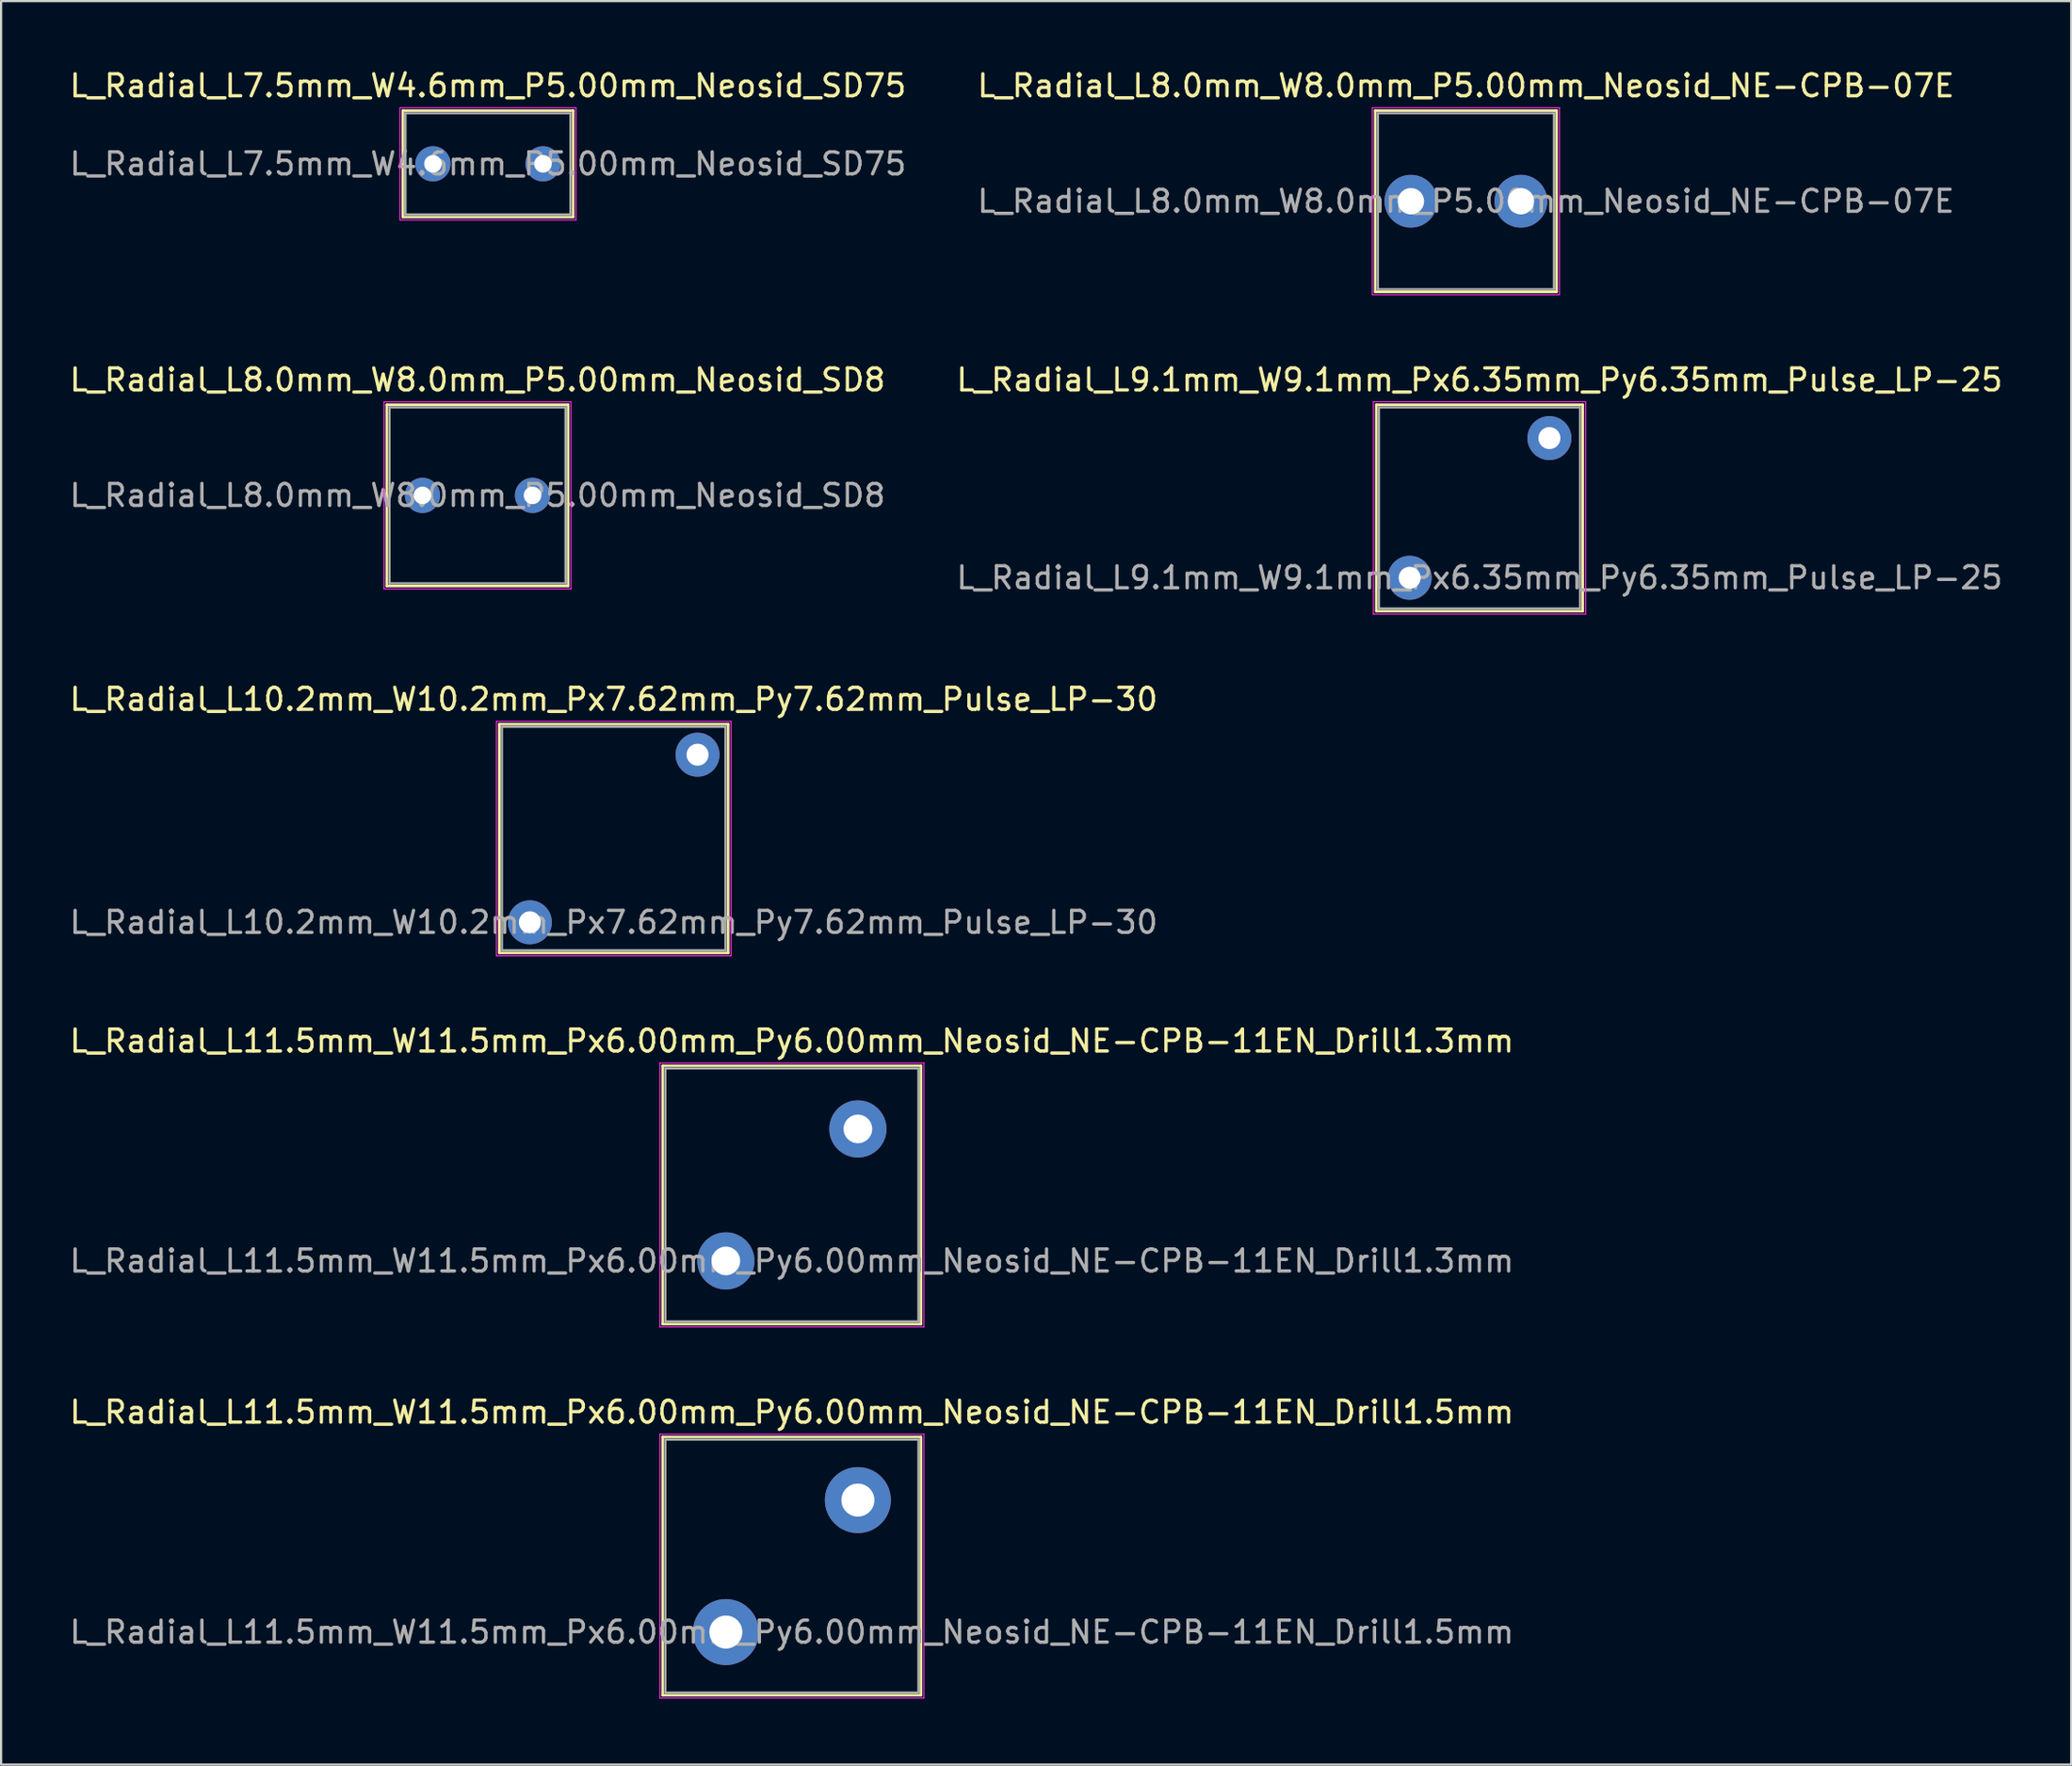
<source format=kicad_pcb>
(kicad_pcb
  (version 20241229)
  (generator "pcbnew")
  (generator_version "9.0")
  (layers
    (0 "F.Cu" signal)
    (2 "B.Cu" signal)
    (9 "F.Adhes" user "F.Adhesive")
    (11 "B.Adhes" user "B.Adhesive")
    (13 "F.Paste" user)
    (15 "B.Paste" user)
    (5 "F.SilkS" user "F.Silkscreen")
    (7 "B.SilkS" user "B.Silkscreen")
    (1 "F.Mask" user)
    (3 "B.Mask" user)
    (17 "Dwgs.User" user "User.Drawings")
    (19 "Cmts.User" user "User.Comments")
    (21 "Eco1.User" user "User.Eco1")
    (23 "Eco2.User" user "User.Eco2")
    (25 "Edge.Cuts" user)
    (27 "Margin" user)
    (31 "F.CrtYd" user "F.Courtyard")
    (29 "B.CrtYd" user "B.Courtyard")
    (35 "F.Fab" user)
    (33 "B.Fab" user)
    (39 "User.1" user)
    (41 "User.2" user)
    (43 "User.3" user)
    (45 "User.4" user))
  (footprint "L_Radial_L10.2mm_W10.2mm_Px7.62mm_Py7.62mm_Pulse_LP-30"
    (layer "F.Cu")
    (at 21.029 38.88)
    (property "Reference" "L_Radial_L10.2mm_W10.2mm_Px7.62mm_Py7.62mm_Pulse_LP-30" (at 3.81 -10.14 0) (layer "F.SilkS") (effects (font (size 1 1) (thickness 0.15))))
    (attr through_hole)
    (fp_line (start -1.39 -9.01) (end -1.39 1.39) (stroke (width 0.12) (type solid)) (layer "F.SilkS"))
    (fp_line (start -1.39 -9.01) (end 9.01 -9.01) (stroke (width 0.12) (type solid)) (layer "F.SilkS"))
    (fp_line (start -1.39 1.39) (end 9.01 1.39) (stroke (width 0.12) (type solid)) (layer "F.SilkS"))
    (fp_line (start 9.01 -9.01) (end 9.01 1.39) (stroke (width 0.12) (type solid)) (layer "F.SilkS"))
    (fp_line (start -1.52 -9.14) (end -1.52 1.52) (stroke (width 0.05) (type solid)) (layer "F.CrtYd"))
    (fp_line (start -1.52 1.52) (end 9.14 1.52) (stroke (width 0.05) (type solid)) (layer "F.CrtYd"))
    (fp_line (start 9.14 -9.14) (end -1.52 -9.14) (stroke (width 0.05) (type solid)) (layer "F.CrtYd"))
    (fp_line (start 9.14 1.52) (end 9.14 -9.14) (stroke (width 0.05) (type solid)) (layer "F.CrtYd"))
    (fp_line (start -1.27 -8.89) (end -1.27 1.27) (stroke (width 0.1) (type solid)) (layer "F.Fab"))
    (fp_line (start -1.27 1.27) (end 8.89 1.27) (stroke (width 0.1) (type solid)) (layer "F.Fab"))
    (fp_line (start 8.89 -8.89) (end -1.27 -8.89) (stroke (width 0.1) (type solid)) (layer "F.Fab"))
    (fp_line (start 8.89 1.27) (end 8.89 -8.89) (stroke (width 0.1) (type solid)) (layer "F.Fab"))
    (fp_text user "${REFERENCE}" (at 3.81 0 0) (layer "F.Fab") (effects (font (size 1 1) (thickness 0.15))))
    (pad "1" thru_hole circle (at 0 0) (size 2 2) (drill 1) (layers "*.Cu" "*.Mask"))
    (pad "2" thru_hole circle (at 7.62 -7.62) (size 2 2) (drill 1) (layers "*.Cu" "*.Mask")))
  (footprint "L_Radial_L9.1mm_W9.1mm_Px6.35mm_Py6.35mm_Pulse_LP-25"
    (layer "F.Cu")
    (at 61.01 23.216)
    (property "Reference" "L_Radial_L9.1mm_W9.1mm_Px6.35mm_Py6.35mm_Pulse_LP-25" (at 3.175 -8.995 0) (layer "F.SilkS") (effects (font (size 1 1) (thickness 0.15))))
    (attr through_hole)
    (fp_line (start -1.515 -7.865) (end -1.515 1.515) (stroke (width 0.12) (type solid)) (layer "F.SilkS"))
    (fp_line (start -1.515 -7.865) (end 7.865 -7.865) (stroke (width 0.12) (type solid)) (layer "F.SilkS"))
    (fp_line (start -1.515 1.515) (end 7.865 1.515) (stroke (width 0.12) (type solid)) (layer "F.SilkS"))
    (fp_line (start 7.865 -7.865) (end 7.865 1.515) (stroke (width 0.12) (type solid)) (layer "F.SilkS"))
    (fp_line (start -1.65 -8) (end -1.65 1.65) (stroke (width 0.05) (type solid)) (layer "F.CrtYd"))
    (fp_line (start -1.65 1.65) (end 8 1.65) (stroke (width 0.05) (type solid)) (layer "F.CrtYd"))
    (fp_line (start 8 -8) (end -1.65 -8) (stroke (width 0.05) (type solid)) (layer "F.CrtYd"))
    (fp_line (start 8 1.65) (end 8 -8) (stroke (width 0.05) (type solid)) (layer "F.CrtYd"))
    (fp_line (start -1.395 -7.745) (end -1.395 1.395) (stroke (width 0.1) (type solid)) (layer "F.Fab"))
    (fp_line (start -1.395 1.395) (end 7.745 1.395) (stroke (width 0.1) (type solid)) (layer "F.Fab"))
    (fp_line (start 7.745 -7.745) (end -1.395 -7.745) (stroke (width 0.1) (type solid)) (layer "F.Fab"))
    (fp_line (start 7.745 1.395) (end 7.745 -7.745) (stroke (width 0.1) (type solid)) (layer "F.Fab"))
    (fp_text user "${REFERENCE}" (at 3.175 0 0) (layer "F.Fab") (effects (font (size 1 1) (thickness 0.15))))
    (pad "1" thru_hole circle (at 0 0) (size 2 2) (drill 1) (layers "*.Cu" "*.Mask"))
    (pad "2" thru_hole circle (at 6.35 -6.35) (size 2 2) (drill 1) (layers "*.Cu" "*.Mask")))
  (footprint "L_Radial_L11.5mm_W11.5mm_Px6.00mm_Py6.00mm_Neosid_NE-CPB-11EN_Drill1.5mm"
    (layer "F.Cu")
    (at 29.935 71.146)
    (property "Reference" "L_Radial_L11.5mm_W11.5mm_Px6.00mm_Py6.00mm_Neosid_NE-CPB-11EN_Drill1.5mm" (at 3 -10 0) (layer "F.SilkS") (effects (font (size 1 1) (thickness 0.15))))
    (attr through_hole)
    (fp_line (start -2.87 -8.87) (end -2.87 2.87) (stroke (width 0.12) (type solid)) (layer "F.SilkS"))
    (fp_line (start -2.87 -8.87) (end 8.87 -8.87) (stroke (width 0.12) (type solid)) (layer "F.SilkS"))
    (fp_line (start -2.87 2.87) (end 8.87 2.87) (stroke (width 0.12) (type solid)) (layer "F.SilkS"))
    (fp_line (start 8.87 -8.87) (end 8.87 2.87) (stroke (width 0.12) (type solid)) (layer "F.SilkS"))
    (fp_line (start -3 -9) (end -3 3) (stroke (width 0.05) (type solid)) (layer "F.CrtYd"))
    (fp_line (start -3 3) (end 9 3) (stroke (width 0.05) (type solid)) (layer "F.CrtYd"))
    (fp_line (start 9 -9) (end -3 -9) (stroke (width 0.05) (type solid)) (layer "F.CrtYd"))
    (fp_line (start 9 3) (end 9 -9) (stroke (width 0.05) (type solid)) (layer "F.CrtYd"))
    (fp_line (start -2.75 -8.75) (end -2.75 2.75) (stroke (width 0.1) (type solid)) (layer "F.Fab"))
    (fp_line (start -2.75 2.75) (end 8.75 2.75) (stroke (width 0.1) (type solid)) (layer "F.Fab"))
    (fp_line (start 8.75 -8.75) (end -2.75 -8.75) (stroke (width 0.1) (type solid)) (layer "F.Fab"))
    (fp_line (start 8.75 2.75) (end 8.75 -8.75) (stroke (width 0.1) (type solid)) (layer "F.Fab"))
    (fp_text user "${REFERENCE}" (at 3 0 0) (layer "F.Fab") (effects (font (size 1 1) (thickness 0.15))))
    (pad "1" thru_hole circle (at 0 0) (size 3 3) (drill 1.5) (layers "*.Cu" "*.Mask"))
    (pad "2" thru_hole circle (at 6 -6) (size 3 3) (drill 1.5) (layers "*.Cu" "*.Mask")))
  (footprint "L_Radial_L8.0mm_W8.0mm_P5.00mm_Neosid_SD8"
    (layer "F.Cu")
    (at 16.149 19.471)
    (property "Reference" "L_Radial_L8.0mm_W8.0mm_P5.00mm_Neosid_SD8" (at 2.5 -5.25 0) (layer "F.SilkS") (effects (font (size 1 1) (thickness 0.15))))
    (attr through_hole)
    (fp_line (start -1.62 -4.12) (end -1.62 4.12) (stroke (width 0.12) (type solid)) (layer "F.SilkS"))
    (fp_line (start -1.62 -4.12) (end 6.62 -4.12) (stroke (width 0.12) (type solid)) (layer "F.SilkS"))
    (fp_line (start -1.62 4.12) (end 6.62 4.12) (stroke (width 0.12) (type solid)) (layer "F.SilkS"))
    (fp_line (start 6.62 -4.12) (end 6.62 4.12) (stroke (width 0.12) (type solid)) (layer "F.SilkS"))
    (fp_line (start -1.75 -4.25) (end -1.75 4.25) (stroke (width 0.05) (type solid)) (layer "F.CrtYd"))
    (fp_line (start -1.75 4.25) (end 6.75 4.25) (stroke (width 0.05) (type solid)) (layer "F.CrtYd"))
    (fp_line (start 6.75 -4.25) (end -1.75 -4.25) (stroke (width 0.05) (type solid)) (layer "F.CrtYd"))
    (fp_line (start 6.75 4.25) (end 6.75 -4.25) (stroke (width 0.05) (type solid)) (layer "F.CrtYd"))
    (fp_line (start -1.5 -4) (end -1.5 4) (stroke (width 0.1) (type solid)) (layer "F.Fab"))
    (fp_line (start -1.5 4) (end 6.5 4) (stroke (width 0.1) (type solid)) (layer "F.Fab"))
    (fp_line (start 6.5 -4) (end -1.5 -4) (stroke (width 0.1) (type solid)) (layer "F.Fab"))
    (fp_line (start 6.5 4) (end 6.5 -4) (stroke (width 0.1) (type solid)) (layer "F.Fab"))
    (fp_text user "${REFERENCE}" (at 2.5 0 0) (layer "F.Fab") (effects (font (size 1 1) (thickness 0.15))))
    (pad "1" thru_hole circle (at 0 0) (size 1.6 1.6) (drill 0.8) (layers "*.Cu" "*.Mask"))
    (pad "2" thru_hole circle (at 5 0) (size 1.6 1.6) (drill 0.8) (layers "*.Cu" "*.Mask")))
  (footprint "L_Radial_L7.5mm_W4.6mm_P5.00mm_Neosid_SD75"
    (layer "F.Cu")
    (at 16.625 4.398)
    (property "Reference" "L_Radial_L7.5mm_W4.6mm_P5.00mm_Neosid_SD75" (at 2.5 -3.55 0) (layer "F.SilkS") (effects (font (size 1 1) (thickness 0.15))))
    (attr through_hole)
    (fp_line (start -1.37 -2.42) (end -1.37 2.42) (stroke (width 0.12) (type solid)) (layer "F.SilkS"))
    (fp_line (start -1.37 -2.42) (end 6.37 -2.42) (stroke (width 0.12) (type solid)) (layer "F.SilkS"))
    (fp_line (start -1.37 2.42) (end 6.37 2.42) (stroke (width 0.12) (type solid)) (layer "F.SilkS"))
    (fp_line (start 6.37 -2.42) (end 6.37 2.42) (stroke (width 0.12) (type solid)) (layer "F.SilkS"))
    (fp_line (start -1.5 -2.55) (end -1.5 2.55) (stroke (width 0.05) (type solid)) (layer "F.CrtYd"))
    (fp_line (start -1.5 2.55) (end 6.5 2.55) (stroke (width 0.05) (type solid)) (layer "F.CrtYd"))
    (fp_line (start 6.5 -2.55) (end -1.5 -2.55) (stroke (width 0.05) (type solid)) (layer "F.CrtYd"))
    (fp_line (start 6.5 2.55) (end 6.5 -2.55) (stroke (width 0.05) (type solid)) (layer "F.CrtYd"))
    (fp_line (start -1.25 -2.3) (end -1.25 2.3) (stroke (width 0.1) (type solid)) (layer "F.Fab"))
    (fp_line (start -1.25 2.3) (end 6.25 2.3) (stroke (width 0.1) (type solid)) (layer "F.Fab"))
    (fp_line (start 6.25 -2.3) (end -1.25 -2.3) (stroke (width 0.1) (type solid)) (layer "F.Fab"))
    (fp_line (start 6.25 2.3) (end 6.25 -2.3) (stroke (width 0.1) (type solid)) (layer "F.Fab"))
    (fp_text user "${REFERENCE}" (at 2.5 0 0) (layer "F.Fab") (effects (font (size 1 1) (thickness 0.15))))
    (pad "1" thru_hole circle (at 0 0) (size 1.6 1.6) (drill 0.8) (layers "*.Cu" "*.Mask"))
    (pad "2" thru_hole circle (at 5 0) (size 1.6 1.6) (drill 0.8) (layers "*.Cu" "*.Mask")))
  (footprint "L_Radial_L11.5mm_W11.5mm_Px6.00mm_Py6.00mm_Neosid_NE-CPB-11EN_Drill1.3mm"
    (layer "F.Cu")
    (at 29.935 54.273)
    (property "Reference" "L_Radial_L11.5mm_W11.5mm_Px6.00mm_Py6.00mm_Neosid_NE-CPB-11EN_Drill1.3mm" (at 3 -10 0) (layer "F.SilkS") (effects (font (size 1 1) (thickness 0.15))))
    (attr through_hole)
    (fp_line (start -2.87 -8.87) (end -2.87 2.87) (stroke (width 0.12) (type solid)) (layer "F.SilkS"))
    (fp_line (start -2.87 -8.87) (end 8.87 -8.87) (stroke (width 0.12) (type solid)) (layer "F.SilkS"))
    (fp_line (start -2.87 2.87) (end 8.87 2.87) (stroke (width 0.12) (type solid)) (layer "F.SilkS"))
    (fp_line (start 8.87 -8.87) (end 8.87 2.87) (stroke (width 0.12) (type solid)) (layer "F.SilkS"))
    (fp_line (start -3 -9) (end -3 3) (stroke (width 0.05) (type solid)) (layer "F.CrtYd"))
    (fp_line (start -3 3) (end 9 3) (stroke (width 0.05) (type solid)) (layer "F.CrtYd"))
    (fp_line (start 9 -9) (end -3 -9) (stroke (width 0.05) (type solid)) (layer "F.CrtYd"))
    (fp_line (start 9 3) (end 9 -9) (stroke (width 0.05) (type solid)) (layer "F.CrtYd"))
    (fp_line (start -2.75 -8.75) (end -2.75 2.75) (stroke (width 0.1) (type solid)) (layer "F.Fab"))
    (fp_line (start -2.75 2.75) (end 8.75 2.75) (stroke (width 0.1) (type solid)) (layer "F.Fab"))
    (fp_line (start 8.75 -8.75) (end -2.75 -8.75) (stroke (width 0.1) (type solid)) (layer "F.Fab"))
    (fp_line (start 8.75 2.75) (end 8.75 -8.75) (stroke (width 0.1) (type solid)) (layer "F.Fab"))
    (fp_text user "${REFERENCE}" (at 3 0 0) (layer "F.Fab") (effects (font (size 1 1) (thickness 0.15))))
    (pad "1" thru_hole circle (at 0 0) (size 2.6 2.6) (drill 1.3) (layers "*.Cu" "*.Mask"))
    (pad "2" thru_hole circle (at 6 -6) (size 2.6 2.6) (drill 1.3) (layers "*.Cu" "*.Mask")))
  (footprint "L_Radial_L8.0mm_W8.0mm_P5.00mm_Neosid_NE-CPB-07E"
    (layer "F.Cu")
    (at 61.065 6.098)
    (property "Reference" "L_Radial_L8.0mm_W8.0mm_P5.00mm_Neosid_NE-CPB-07E" (at 2.5 -5.25 0) (layer "F.SilkS") (effects (font (size 1 1) (thickness 0.15))))
    (attr through_hole)
    (fp_line (start -1.62 -4.12) (end -1.62 4.12) (stroke (width 0.12) (type solid)) (layer "F.SilkS"))
    (fp_line (start -1.62 -4.12) (end 6.62 -4.12) (stroke (width 0.12) (type solid)) (layer "F.SilkS"))
    (fp_line (start -1.62 4.12) (end 6.62 4.12) (stroke (width 0.12) (type solid)) (layer "F.SilkS"))
    (fp_line (start 6.62 -4.12) (end 6.62 4.12) (stroke (width 0.12) (type solid)) (layer "F.SilkS"))
    (fp_line (start -1.75 -4.25) (end -1.75 4.25) (stroke (width 0.05) (type solid)) (layer "F.CrtYd"))
    (fp_line (start -1.75 4.25) (end 6.75 4.25) (stroke (width 0.05) (type solid)) (layer "F.CrtYd"))
    (fp_line (start 6.75 -4.25) (end -1.75 -4.25) (stroke (width 0.05) (type solid)) (layer "F.CrtYd"))
    (fp_line (start 6.75 4.25) (end 6.75 -4.25) (stroke (width 0.05) (type solid)) (layer "F.CrtYd"))
    (fp_line (start -1.5 -4) (end -1.5 4) (stroke (width 0.1) (type solid)) (layer "F.Fab"))
    (fp_line (start -1.5 4) (end 6.5 4) (stroke (width 0.1) (type solid)) (layer "F.Fab"))
    (fp_line (start 6.5 -4) (end -1.5 -4) (stroke (width 0.1) (type solid)) (layer "F.Fab"))
    (fp_line (start 6.5 4) (end 6.5 -4) (stroke (width 0.1) (type solid)) (layer "F.Fab"))
    (fp_text user "${REFERENCE}" (at 2.5 0 0) (layer "F.Fab") (effects (font (size 1 1) (thickness 0.15))))
    (pad "1" thru_hole circle (at 0 0) (size 2.4 2.4) (drill 1.2) (layers "*.Cu" "*.Mask"))
    (pad "2" thru_hole circle (at 5 0) (size 2.4 2.4) (drill 1.2) (layers "*.Cu" "*.Mask")))
  (gr_rect
    (start -3 -3)
    (end 91.071 77.171)
    (stroke (width 0.1) (type default))
    (fill no)
    (layer "Edge.Cuts")))
</source>
